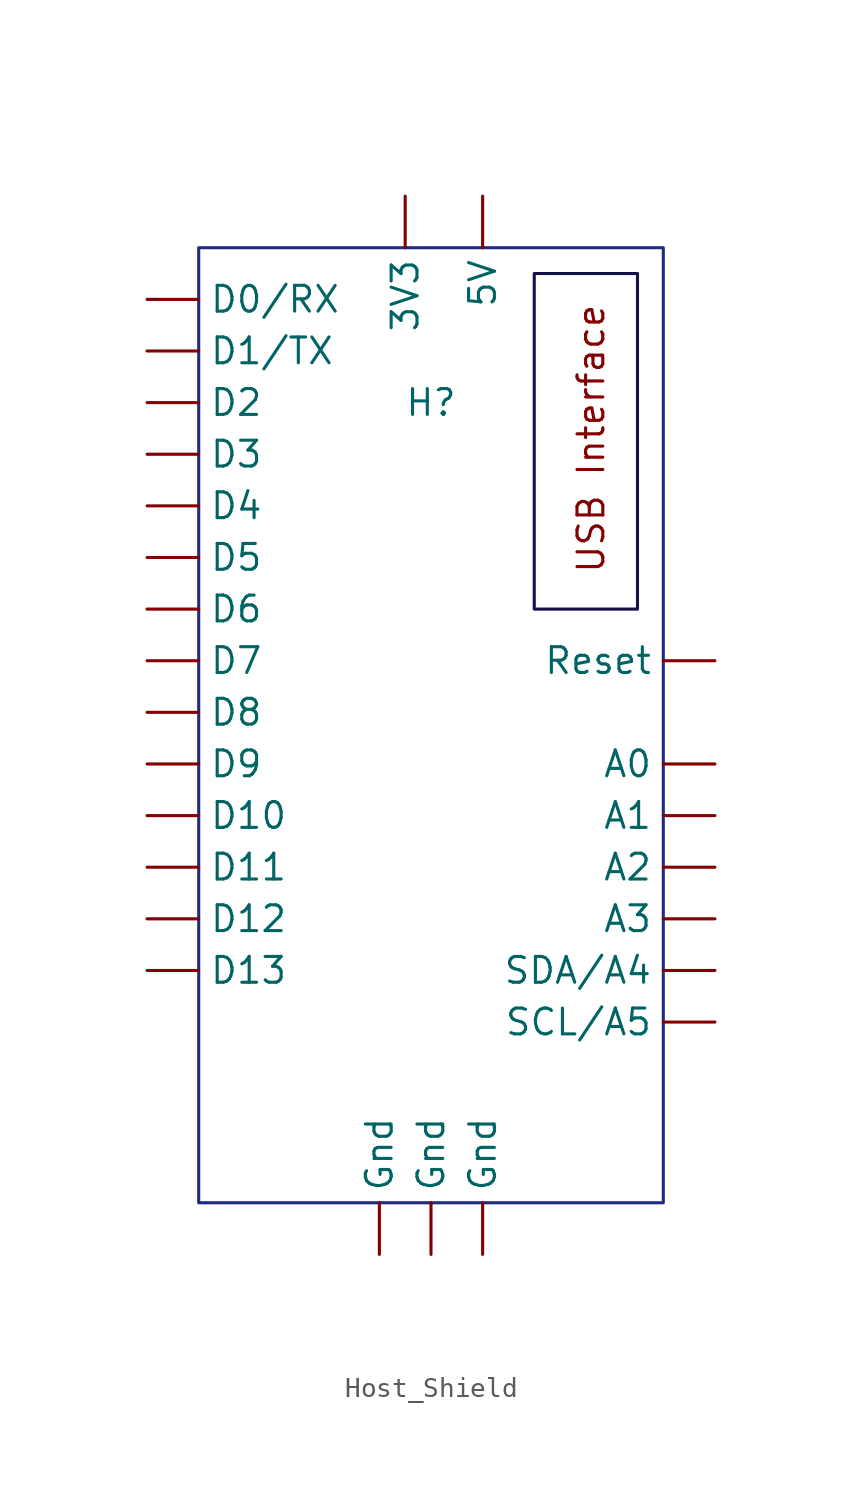
<source format=kicad_sym>
(kicad_symbol_lib
  (version 20231120)
  (generator "kicad_symbol_editor")
  (generator_version "8.0")
  (symbol "Host_Shield"
    (property "Reference" "H"
      (at 0 0 0)
      (effects (font (size 1.27 1.27))))
    (property "Value" ""
      (at 0 0 0)
      (effects (font (size 1.27 1.27))))
    (symbol "Host_Shield_1_1"
      (rectangle (start -11.43 7.62) (end 11.43 -39.37) (stroke (width 0) (type default) (color 32 43 129 1)) (fill (type none)))
      (rectangle (start 5.08 6.35) (end 10.16 -10.16) (stroke (width 0) (type default) (color 20 18 71 1)) (fill (type none)))
      (text "USB Interface\n" (at 7.874 -1.778 900) (effects (font (size 1.27 1.27))))
      (pin input line (at -1.27 10.16 270) (length 2.54) (name "3V3" (effects (font (size 1.27 1.27)))) (number "" (effects (font (size 1.27 1.27)))))
      (pin input line (at 2.54 10.16 270) (length 2.54) (name "5V" (effects (font (size 1.27 1.27)))) (number "" (effects (font (size 1.27 1.27)))))
      (pin input line (at 13.97 -17.78 180) (length 2.54) (name "A0" (effects (font (size 1.27 1.27)))) (number "" (effects (font (size 1.27 1.27)))))
      (pin input line (at 13.97 -20.32 180) (length 2.54) (name "A1" (effects (font (size 1.27 1.27)))) (number "" (effects (font (size 1.27 1.27)))))
      (pin input line (at 13.97 -22.86 180) (length 2.54) (name "A2" (effects (font (size 1.27 1.27)))) (number "" (effects (font (size 1.27 1.27)))))
      (pin input line (at 13.97 -25.4 180) (length 2.54) (name "A3" (effects (font (size 1.27 1.27)))) (number "" (effects (font (size 1.27 1.27)))))
      (pin input line (at -13.97 5.08 0) (length 2.54) (name "D0/RX" (effects (font (size 1.27 1.27)))) (number "" (effects (font (size 1.27 1.27)))))
      (pin input line (at -13.97 2.54 0) (length 2.54) (name "D1/TX" (effects (font (size 1.27 1.27)))) (number "" (effects (font (size 1.27 1.27)))))
      (pin input line (at -13.97 -20.32 0) (length 2.54) (name "D10" (effects (font (size 1.27 1.27)))) (number "" (effects (font (size 1.27 1.27)))))
      (pin input line (at -13.97 -22.86 0) (length 2.54) (name "D11" (effects (font (size 1.27 1.27)))) (number "" (effects (font (size 1.27 1.27)))))
      (pin input line (at -13.97 -25.4 0) (length 2.54) (name "D12" (effects (font (size 1.27 1.27)))) (number "" (effects (font (size 1.27 1.27)))))
      (pin input line (at -13.97 -27.94 0) (length 2.54) (name "D13" (effects (font (size 1.27 1.27)))) (number "" (effects (font (size 1.27 1.27)))))
      (pin input line (at -13.97 0 0) (length 2.54) (name "D2" (effects (font (size 1.27 1.27)))) (number "" (effects (font (size 1.27 1.27)))))
      (pin input line (at -13.97 -2.54 0) (length 2.54) (name "D3" (effects (font (size 1.27 1.27)))) (number "" (effects (font (size 1.27 1.27)))))
      (pin input line (at -13.97 -5.08 0) (length 2.54) (name "D4" (effects (font (size 1.27 1.27)))) (number "" (effects (font (size 1.27 1.27)))))
      (pin input line (at -13.97 -7.62 0) (length 2.54) (name "D5" (effects (font (size 1.27 1.27)))) (number "" (effects (font (size 1.27 1.27)))))
      (pin input line (at -13.97 -10.16 0) (length 2.54) (name "D6" (effects (font (size 1.27 1.27)))) (number "" (effects (font (size 1.27 1.27)))))
      (pin input line (at -13.97 -12.7 0) (length 2.54) (name "D7" (effects (font (size 1.27 1.27)))) (number "" (effects (font (size 1.27 1.27)))))
      (pin input line (at -13.97 -15.24 0) (length 2.54) (name "D8" (effects (font (size 1.27 1.27)))) (number "" (effects (font (size 1.27 1.27)))))
      (pin input line (at -13.97 -17.78 0) (length 2.54) (name "D9" (effects (font (size 1.27 1.27)))) (number "" (effects (font (size 1.27 1.27)))))
      (pin input line (at -2.54 -41.91 90) (length 2.54) (name "Gnd" (effects (font (size 1.27 1.27)))) (number "" (effects (font (size 1.27 1.27)))))
      (pin input line (at 0 -41.91 90) (length 2.54) (name "Gnd" (effects (font (size 1.27 1.27)))) (number "" (effects (font (size 1.27 1.27)))))
      (pin input line (at 2.54 -41.91 90) (length 2.54) (name "Gnd" (effects (font (size 1.27 1.27)))) (number "" (effects (font (size 1.27 1.27)))))
      (pin input line (at 13.97 -12.7 180) (length 2.54) (name "Reset" (effects (font (size 1.27 1.27)))) (number "" (effects (font (size 1.27 1.27)))))
      (pin input line (at 13.97 -30.48 180) (length 2.54) (name "SCL/A5" (effects (font (size 1.27 1.27)))) (number "" (effects (font (size 1.27 1.27)))))
      (pin input line (at 13.97 -27.94 180) (length 2.54) (name "SDA/A4" (effects (font (size 1.27 1.27)))) (number "" (effects (font (size 1.27 1.27))))))))
</source>
